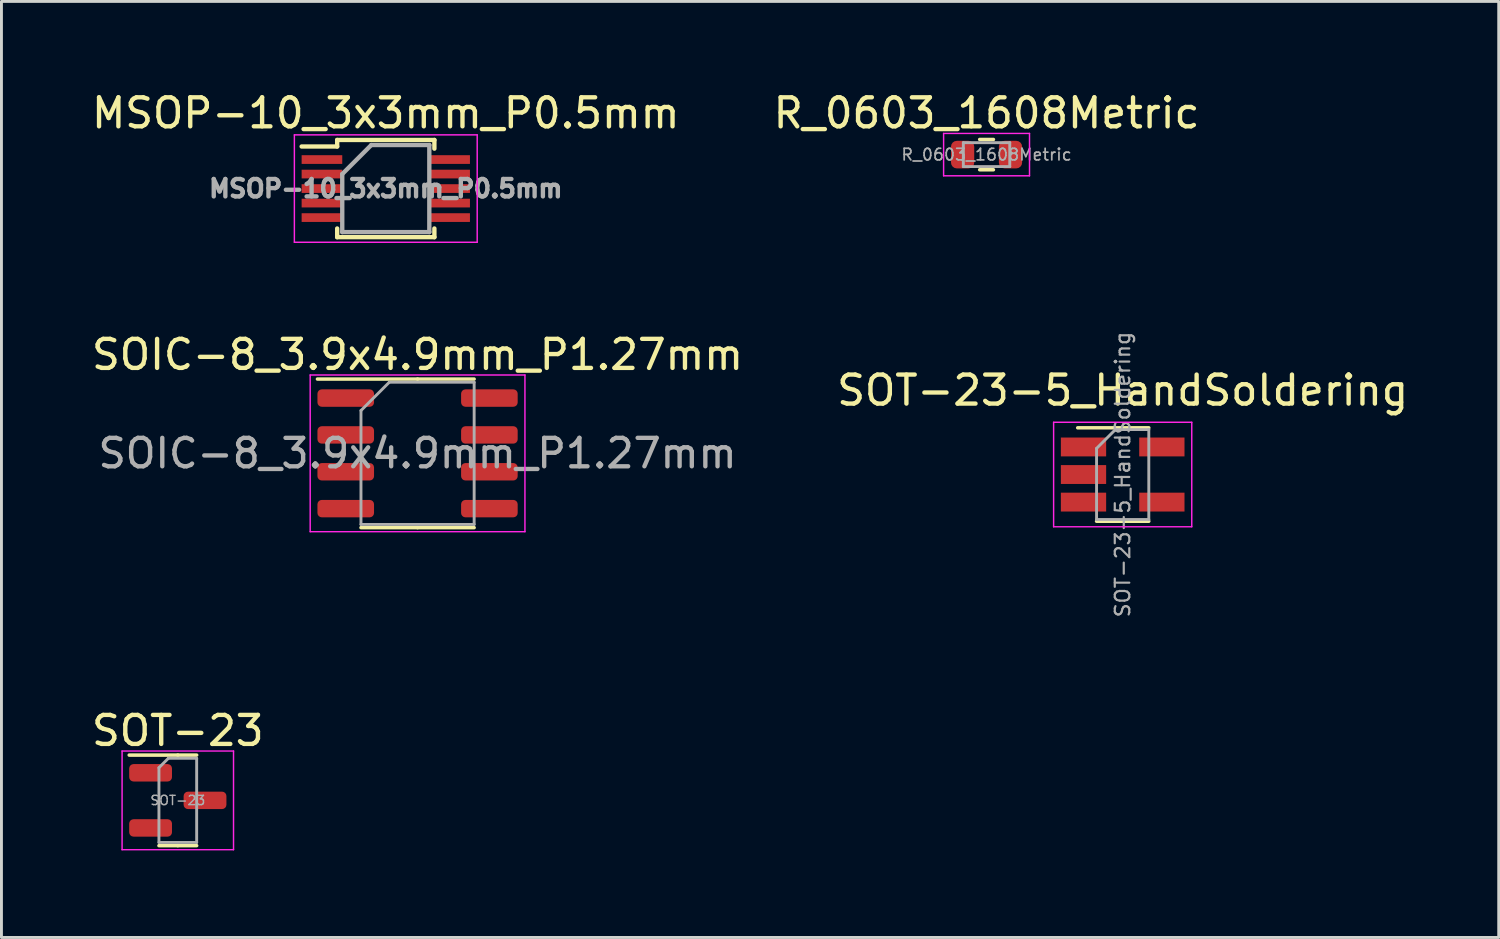
<source format=kicad_pcb>
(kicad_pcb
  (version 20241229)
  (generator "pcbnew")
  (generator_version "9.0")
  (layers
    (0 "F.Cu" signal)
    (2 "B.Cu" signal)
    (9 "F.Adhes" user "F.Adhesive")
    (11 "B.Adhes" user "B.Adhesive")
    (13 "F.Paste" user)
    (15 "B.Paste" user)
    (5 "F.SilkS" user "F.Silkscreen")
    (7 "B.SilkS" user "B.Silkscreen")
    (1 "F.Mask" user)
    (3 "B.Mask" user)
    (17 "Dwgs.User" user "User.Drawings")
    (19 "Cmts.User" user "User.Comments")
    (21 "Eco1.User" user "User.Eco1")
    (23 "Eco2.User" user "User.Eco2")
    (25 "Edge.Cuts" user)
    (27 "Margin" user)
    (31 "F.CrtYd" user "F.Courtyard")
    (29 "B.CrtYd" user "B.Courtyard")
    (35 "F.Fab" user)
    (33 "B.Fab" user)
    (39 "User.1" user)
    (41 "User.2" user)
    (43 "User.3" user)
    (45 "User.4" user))
  (footprint "SOT-23-5_HandSoldering"
    (layer "F.Cu")
    (at 35.637 13.302)
    (property "Reference" "SOT-23-5_HandSoldering" (at 0 -2.9 0) (layer "F.SilkS") (effects (font (size 1 1) (thickness 0.15))))
    (attr smd)
    (fp_line (start -0.9 1.61) (end 0.9 1.61) (stroke (width 0.12) (type solid)) (layer "F.SilkS"))
    (fp_line (start 0.9 -1.61) (end -1.55 -1.61) (stroke (width 0.12) (type solid)) (layer "F.SilkS"))
    (fp_line (start -2.38 -1.8) (end -2.38 1.8) (stroke (width 0.05) (type solid)) (layer "F.CrtYd"))
    (fp_line (start -2.38 -1.8) (end 2.38 -1.8) (stroke (width 0.05) (type solid)) (layer "F.CrtYd"))
    (fp_line (start 2.38 1.8) (end -2.38 1.8) (stroke (width 0.05) (type solid)) (layer "F.CrtYd"))
    (fp_line (start 2.38 1.8) (end 2.38 -1.8) (stroke (width 0.05) (type solid)) (layer "F.CrtYd"))
    (fp_line (start -0.9 -0.9) (end -0.9 1.55) (stroke (width 0.1) (type solid)) (layer "F.Fab"))
    (fp_line (start -0.9 -0.9) (end -0.25 -1.55) (stroke (width 0.1) (type solid)) (layer "F.Fab"))
    (fp_line (start 0.9 -1.55) (end -0.25 -1.55) (stroke (width 0.1) (type solid)) (layer "F.Fab"))
    (fp_line (start 0.9 -1.55) (end 0.9 1.55) (stroke (width 0.1) (type solid)) (layer "F.Fab"))
    (fp_line (start 0.9 1.55) (end -0.9 1.55) (stroke (width 0.1) (type solid)) (layer "F.Fab"))
    (fp_text user "${REFERENCE}" (at 0 0 270) (layer "F.Fab") (effects (font (size 0.5 0.5) (thickness 0.075))))
    (pad "1" smd rect (at -1.35 -0.95) (size 1.56 0.65) (layers "F.Cu" "F.Mask" "F.Paste"))
    (pad "2" smd rect (at -1.35 0) (size 1.56 0.65) (layers "F.Cu" "F.Mask" "F.Paste"))
    (pad "3" smd rect (at -1.35 0.95) (size 1.56 0.65) (layers "F.Cu" "F.Mask" "F.Paste"))
    (pad "4" smd rect (at 1.35 0.95) (size 1.56 0.65) (layers "F.Cu" "F.Mask" "F.Paste"))
    (pad "5" smd rect (at 1.35 -0.95) (size 1.56 0.65) (layers "F.Cu" "F.Mask" "F.Paste")))
  (footprint "SOIC-8_3.9x4.9mm_P1.27mm"
    (layer "F.Cu")
    (at 11.339 12.572)
    (property "Reference" "SOIC-8_3.9x4.9mm_P1.27mm" (at 0 -3.4 0) (layer "F.SilkS") (effects (font (size 1 1) (thickness 0.15))))
    (attr smd)
    (fp_line (start 0 -2.56) (end -3.45 -2.56) (stroke (width 0.12) (type solid)) (layer "F.SilkS"))
    (fp_line (start 0 -2.56) (end 1.95 -2.56) (stroke (width 0.12) (type solid)) (layer "F.SilkS"))
    (fp_line (start 0 2.56) (end -1.95 2.56) (stroke (width 0.12) (type solid)) (layer "F.SilkS"))
    (fp_line (start 0 2.56) (end 1.95 2.56) (stroke (width 0.12) (type solid)) (layer "F.SilkS"))
    (fp_line (start -3.7 -2.7) (end -3.7 2.7) (stroke (width 0.05) (type solid)) (layer "F.CrtYd"))
    (fp_line (start -3.7 2.7) (end 3.7 2.7) (stroke (width 0.05) (type solid)) (layer "F.CrtYd"))
    (fp_line (start 3.7 -2.7) (end -3.7 -2.7) (stroke (width 0.05) (type solid)) (layer "F.CrtYd"))
    (fp_line (start 3.7 2.7) (end 3.7 -2.7) (stroke (width 0.05) (type solid)) (layer "F.CrtYd"))
    (fp_line (start -1.95 -1.475) (end -0.975 -2.45) (stroke (width 0.1) (type solid)) (layer "F.Fab"))
    (fp_line (start -1.95 2.45) (end -1.95 -1.475) (stroke (width 0.1) (type solid)) (layer "F.Fab"))
    (fp_line (start -0.975 -2.45) (end 1.95 -2.45) (stroke (width 0.1) (type solid)) (layer "F.Fab"))
    (fp_line (start 1.95 -2.45) (end 1.95 2.45) (stroke (width 0.1) (type solid)) (layer "F.Fab"))
    (fp_line (start 1.95 2.45) (end -1.95 2.45) (stroke (width 0.1) (type solid)) (layer "F.Fab"))
    (fp_text user "${REFERENCE}" (at 0 0 0) (layer "F.Fab") (effects (font (size 0.98 0.98) (thickness 0.15))))
    (pad "1" smd roundrect (at -2.475 -1.905) (size 1.95 0.6) (layers "F.Cu" "F.Mask" "F.Paste") (roundrect_rratio 0.25))
    (pad "2" smd roundrect (at -2.475 -0.635) (size 1.95 0.6) (layers "F.Cu" "F.Mask" "F.Paste") (roundrect_rratio 0.25))
    (pad "3" smd roundrect (at -2.475 0.635) (size 1.95 0.6) (layers "F.Cu" "F.Mask" "F.Paste") (roundrect_rratio 0.25))
    (pad "4" smd roundrect (at -2.475 1.905) (size 1.95 0.6) (layers "F.Cu" "F.Mask" "F.Paste") (roundrect_rratio 0.25))
    (pad "5" smd roundrect (at 2.475 1.905) (size 1.95 0.6) (layers "F.Cu" "F.Mask" "F.Paste") (roundrect_rratio 0.25))
    (pad "6" smd roundrect (at 2.475 0.635) (size 1.95 0.6) (layers "F.Cu" "F.Mask" "F.Paste") (roundrect_rratio 0.25))
    (pad "7" smd roundrect (at 2.475 -0.635) (size 1.95 0.6) (layers "F.Cu" "F.Mask" "F.Paste") (roundrect_rratio 0.25))
    (pad "8" smd roundrect (at 2.475 -1.905) (size 1.95 0.6) (layers "F.Cu" "F.Mask" "F.Paste") (roundrect_rratio 0.25)))
  (footprint "MSOP-10_3x3mm_P0.5mm"
    (layer "F.Cu")
    (at 10.244 3.448)
    (property "Reference" "MSOP-10_3x3mm_P0.5mm" (at 0 -2.6 0) (layer "F.SilkS") (effects (font (size 1 1) (thickness 0.15))))
    (attr smd)
    (fp_line (start -1.675 -1.675) (end -1.675 -1.45) (stroke (width 0.15) (type solid)) (layer "F.SilkS"))
    (fp_line (start -1.675 -1.675) (end 1.675 -1.675) (stroke (width 0.15) (type solid)) (layer "F.SilkS"))
    (fp_line (start -1.675 -1.45) (end -2.9 -1.45) (stroke (width 0.15) (type solid)) (layer "F.SilkS"))
    (fp_line (start -1.675 1.675) (end -1.675 1.375) (stroke (width 0.15) (type solid)) (layer "F.SilkS"))
    (fp_line (start -1.675 1.675) (end 1.675 1.675) (stroke (width 0.15) (type solid)) (layer "F.SilkS"))
    (fp_line (start 1.675 -1.675) (end 1.675 -1.375) (stroke (width 0.15) (type solid)) (layer "F.SilkS"))
    (fp_line (start 1.675 1.675) (end 1.675 1.375) (stroke (width 0.15) (type solid)) (layer "F.SilkS"))
    (fp_line (start -3.15 -1.85) (end -3.15 1.85) (stroke (width 0.05) (type solid)) (layer "F.CrtYd"))
    (fp_line (start -3.15 -1.85) (end 3.15 -1.85) (stroke (width 0.05) (type solid)) (layer "F.CrtYd"))
    (fp_line (start -3.15 1.85) (end 3.15 1.85) (stroke (width 0.05) (type solid)) (layer "F.CrtYd"))
    (fp_line (start 3.15 -1.85) (end 3.15 1.85) (stroke (width 0.05) (type solid)) (layer "F.CrtYd"))
    (fp_line (start -1.5 -0.5) (end -0.5 -1.5) (stroke (width 0.15) (type solid)) (layer "F.Fab"))
    (fp_line (start -1.5 1.5) (end -1.5 -0.5) (stroke (width 0.15) (type solid)) (layer "F.Fab"))
    (fp_line (start -0.5 -1.5) (end 1.5 -1.5) (stroke (width 0.15) (type solid)) (layer "F.Fab"))
    (fp_line (start 1.5 -1.5) (end 1.5 1.5) (stroke (width 0.15) (type solid)) (layer "F.Fab"))
    (fp_line (start 1.5 1.5) (end -1.5 1.5) (stroke (width 0.15) (type solid)) (layer "F.Fab"))
    (fp_text user "${REFERENCE}" (at 0 0 0) (layer "F.Fab") (effects (font (size 0.6 0.6) (thickness 0.15))))
    (pad "1" smd rect (at -2.2 -1) (size 1.4 0.3) (layers "F.Cu" "F.Mask" "F.Paste"))
    (pad "2" smd rect (at -2.2 -0.5) (size 1.4 0.3) (layers "F.Cu" "F.Mask" "F.Paste"))
    (pad "3" smd rect (at -2.2 0) (size 1.4 0.3) (layers "F.Cu" "F.Mask" "F.Paste"))
    (pad "4" smd rect (at -2.2 0.5) (size 1.4 0.3) (layers "F.Cu" "F.Mask" "F.Paste"))
    (pad "5" smd rect (at -2.2 1) (size 1.4 0.3) (layers "F.Cu" "F.Mask" "F.Paste"))
    (pad "6" smd rect (at 2.2 1) (size 1.4 0.3) (layers "F.Cu" "F.Mask" "F.Paste"))
    (pad "7" smd rect (at 2.2 0.5) (size 1.4 0.3) (layers "F.Cu" "F.Mask" "F.Paste"))
    (pad "8" smd rect (at 2.2 0) (size 1.4 0.3) (layers "F.Cu" "F.Mask" "F.Paste"))
    (pad "9" smd rect (at 2.2 -0.5) (size 1.4 0.3) (layers "F.Cu" "F.Mask" "F.Paste"))
    (pad "10" smd rect (at 2.2 -1) (size 1.4 0.3) (layers "F.Cu" "F.Mask" "F.Paste")))
  (footprint "SOT-23"
    (layer "F.Cu")
    (at 3.077 24.53)
    (property "Reference" "SOT-23" (at 0 -2.4 0) (layer "F.SilkS") (effects (font (size 1 1) (thickness 0.15))))
    (attr smd)
    (fp_line (start 0 -1.56) (end -1.675 -1.56) (stroke (width 0.12) (type solid)) (layer "F.SilkS"))
    (fp_line (start 0 -1.56) (end 0.65 -1.56) (stroke (width 0.12) (type solid)) (layer "F.SilkS"))
    (fp_line (start 0 1.56) (end -0.65 1.56) (stroke (width 0.12) (type solid)) (layer "F.SilkS"))
    (fp_line (start 0 1.56) (end 0.65 1.56) (stroke (width 0.12) (type solid)) (layer "F.SilkS"))
    (fp_line (start -1.92 -1.7) (end -1.92 1.7) (stroke (width 0.05) (type solid)) (layer "F.CrtYd"))
    (fp_line (start -1.92 1.7) (end 1.92 1.7) (stroke (width 0.05) (type solid)) (layer "F.CrtYd"))
    (fp_line (start 1.92 -1.7) (end -1.92 -1.7) (stroke (width 0.05) (type solid)) (layer "F.CrtYd"))
    (fp_line (start 1.92 1.7) (end 1.92 -1.7) (stroke (width 0.05) (type solid)) (layer "F.CrtYd"))
    (fp_line (start -0.65 -1.125) (end -0.325 -1.45) (stroke (width 0.1) (type solid)) (layer "F.Fab"))
    (fp_line (start -0.65 1.45) (end -0.65 -1.125) (stroke (width 0.1) (type solid)) (layer "F.Fab"))
    (fp_line (start -0.325 -1.45) (end 0.65 -1.45) (stroke (width 0.1) (type solid)) (layer "F.Fab"))
    (fp_line (start 0.65 -1.45) (end 0.65 1.45) (stroke (width 0.1) (type solid)) (layer "F.Fab"))
    (fp_line (start 0.65 1.45) (end -0.65 1.45) (stroke (width 0.1) (type solid)) (layer "F.Fab"))
    (fp_text user "${REFERENCE}" (at 0 0 0) (layer "F.Fab") (effects (font (size 0.32 0.32) (thickness 0.05))))
    (pad "1" smd roundrect (at -0.938 -0.95) (size 1.475 0.6) (layers "F.Cu" "F.Mask" "F.Paste") (roundrect_rratio 0.25))
    (pad "2" smd roundrect (at -0.938 0.95) (size 1.475 0.6) (layers "F.Cu" "F.Mask" "F.Paste") (roundrect_rratio 0.25))
    (pad "3" smd roundrect (at 0.938 0) (size 1.475 0.6) (layers "F.Cu" "F.Mask" "F.Paste") (roundrect_rratio 0.25)))
  (footprint "R_0603_1608Metric"
    (layer "F.Cu")
    (at 30.946 2.278)
    (property "Reference" "R_0603_1608Metric" (at 0 -1.43 180) (layer "F.SilkS") (effects (font (size 1 1) (thickness 0.15))))
    (attr smd)
    (fp_line (start -0.237 -0.522) (end 0.237 -0.522) (stroke (width 0.12) (type solid)) (layer "F.SilkS"))
    (fp_line (start -0.237 0.522) (end 0.237 0.522) (stroke (width 0.12) (type solid)) (layer "F.SilkS"))
    (fp_line (start -1.48 -0.73) (end 1.48 -0.73) (stroke (width 0.05) (type solid)) (layer "F.CrtYd"))
    (fp_line (start -1.48 0.73) (end -1.48 -0.73) (stroke (width 0.05) (type solid)) (layer "F.CrtYd"))
    (fp_line (start 1.48 -0.73) (end 1.48 0.73) (stroke (width 0.05) (type solid)) (layer "F.CrtYd"))
    (fp_line (start 1.48 0.73) (end -1.48 0.73) (stroke (width 0.05) (type solid)) (layer "F.CrtYd"))
    (fp_line (start -0.8 -0.412) (end 0.8 -0.412) (stroke (width 0.1) (type solid)) (layer "F.Fab"))
    (fp_line (start -0.8 0.412) (end -0.8 -0.412) (stroke (width 0.1) (type solid)) (layer "F.Fab"))
    (fp_line (start 0.8 -0.412) (end 0.8 0.412) (stroke (width 0.1) (type solid)) (layer "F.Fab"))
    (fp_line (start 0.8 0.412) (end -0.8 0.412) (stroke (width 0.1) (type solid)) (layer "F.Fab"))
    (fp_text user "${REFERENCE}" (at 0 0 180) (layer "F.Fab") (effects (font (size 0.4 0.4) (thickness 0.06))))
    (pad "1" smd roundrect (at -0.825 0) (size 0.8 0.95) (layers "F.Cu" "F.Mask" "F.Paste") (roundrect_rratio 0.25))
    (pad "2" smd roundrect (at 0.825 0) (size 0.8 0.95) (layers "F.Cu" "F.Mask" "F.Paste") (roundrect_rratio 0.25)))
  (gr_rect
    (start -3 -3)
    (end 48.595 29.255)
    (stroke (width 0.1) (type default))
    (fill no)
    (layer "Edge.Cuts")))
</source>
